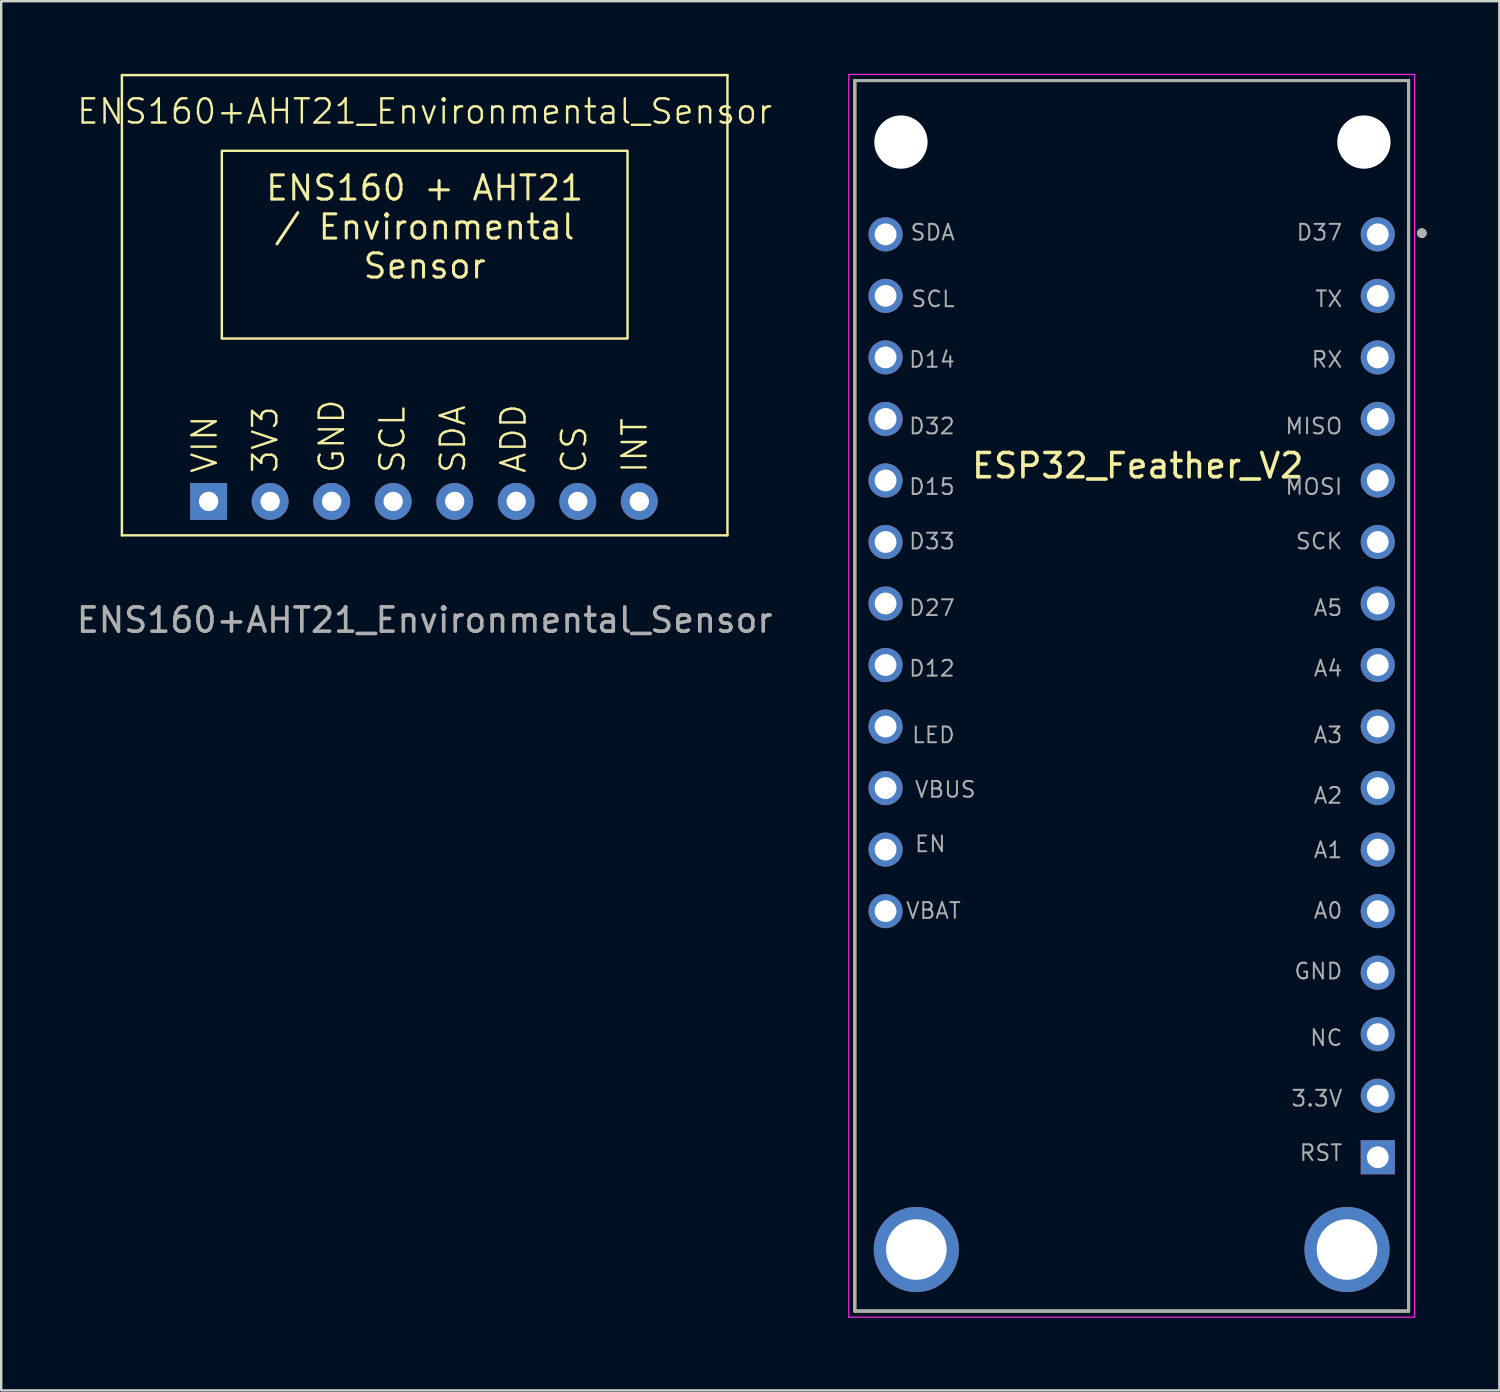
<source format=kicad_pcb>
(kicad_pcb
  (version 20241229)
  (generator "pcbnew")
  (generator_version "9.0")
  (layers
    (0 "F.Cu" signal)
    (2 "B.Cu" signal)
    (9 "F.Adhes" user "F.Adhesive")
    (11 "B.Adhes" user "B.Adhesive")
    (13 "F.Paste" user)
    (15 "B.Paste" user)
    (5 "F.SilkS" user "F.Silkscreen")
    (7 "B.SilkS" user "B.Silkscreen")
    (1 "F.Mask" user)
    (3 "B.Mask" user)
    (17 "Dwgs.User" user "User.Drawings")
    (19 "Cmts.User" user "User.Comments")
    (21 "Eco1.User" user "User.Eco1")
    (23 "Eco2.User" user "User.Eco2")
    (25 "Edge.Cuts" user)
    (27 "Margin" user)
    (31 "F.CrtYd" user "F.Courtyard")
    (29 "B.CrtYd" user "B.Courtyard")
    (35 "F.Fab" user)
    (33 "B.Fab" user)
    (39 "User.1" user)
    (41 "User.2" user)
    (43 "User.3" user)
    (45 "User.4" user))
  (footprint "ESP32_Feather_V2"
    (layer "F.Cu")
    (at 43.919 25.425)
    (property "Reference" "ESP32_Feather_V2" (at 0 -9.25 180) (layer "F.SilkS") (effects (font (size 1 1) (thickness 0.15))))
    (attr through_hole)
    (fp_line (start -11.68 -25.15) (end 11.18 -25.15) (stroke (width 0.127) (type solid)) (layer "F.SilkS"))
    (fp_line (start -11.68 25.65) (end -11.68 -25.15) (stroke (width 0.127) (type solid)) (layer "F.SilkS"))
    (fp_line (start 11.18 -25.15) (end 11.18 25.65) (stroke (width 0.127) (type solid)) (layer "F.SilkS"))
    (fp_line (start 11.18 25.65) (end -11.68 25.65) (stroke (width 0.127) (type solid)) (layer "F.SilkS"))
    (fp_circle (center 11.73 -18.85) (end 11.73 -18.95) (stroke (width 0.2) (type solid)) (fill no) (layer "F.SilkS"))
    (fp_line (start -11.93 -25.4) (end 11.43 -25.4) (stroke (width 0.05) (type solid)) (layer "F.CrtYd"))
    (fp_line (start -11.93 25.9) (end -11.93 -25.4) (stroke (width 0.05) (type solid)) (layer "F.CrtYd"))
    (fp_line (start 11.43 -25.4) (end 11.43 25.9) (stroke (width 0.05) (type solid)) (layer "F.CrtYd"))
    (fp_line (start 11.43 25.9) (end -11.93 25.9) (stroke (width 0.05) (type solid)) (layer "F.CrtYd"))
    (fp_line (start -11.68 -25.15) (end 11.18 -25.15) (stroke (width 0.127) (type solid)) (layer "F.Fab"))
    (fp_line (start -11.68 25.65) (end -11.68 -25.15) (stroke (width 0.127) (type solid)) (layer "F.Fab"))
    (fp_line (start 11.18 -25.15) (end 11.18 25.65) (stroke (width 0.127) (type solid)) (layer "F.Fab"))
    (fp_line (start 11.18 25.65) (end -11.68 25.65) (stroke (width 0.127) (type solid)) (layer "F.Fab"))
    (fp_circle (center 11.73 -18.85) (end 11.73 -18.95) (stroke (width 0.2) (type solid)) (fill no) (layer "F.Fab"))
    (fp_text user "D33" (at -7.5 -5.75 0) (unlocked yes) (layer "F.Fab") (effects (font (size 0.65 0.65) (thickness 0.081)) (justify right bottom)))
    (fp_text user "GND" (at 8.5 12 0) (unlocked yes) (layer "F.Fab") (effects (font (size 0.65 0.65) (thickness 0.081)) (justify right bottom)))
    (fp_text user "A0" (at 8.5 9.5 0) (unlocked yes) (layer "F.Fab") (effects (font (size 0.65 0.65) (thickness 0.081)) (justify right bottom)))
    (fp_text user "D12" (at -7.5 -0.5 0) (unlocked yes) (layer "F.Fab") (effects (font (size 0.65 0.65) (thickness 0.081)) (justify right bottom)))
    (fp_text user "A2" (at 8.5 4.75 0) (unlocked yes) (layer "F.Fab") (effects (font (size 0.65 0.65) (thickness 0.081)) (justify right bottom)))
    (fp_text user "A4" (at 8.5 -0.5 0) (unlocked yes) (layer "F.Fab") (effects (font (size 0.65 0.65) (thickness 0.081)) (justify right bottom)))
    (fp_text user "A1" (at 8.5 7 0) (unlocked yes) (layer "F.Fab") (effects (font (size 0.65 0.65) (thickness 0.081)) (justify right bottom)))
    (fp_text user "SDA" (at -7.5 -18.5 0) (unlocked yes) (layer "F.Fab") (effects (font (size 0.65 0.65) (thickness 0.081)) (justify right bottom)))
    (fp_text user "D14" (at -7.5 -13.25 0) (unlocked yes) (layer "F.Fab") (effects (font (size 0.65 0.65) (thickness 0.081)) (justify right bottom)))
    (fp_text user "D32" (at -7.5 -10.5 0) (unlocked yes) (layer "F.Fab") (effects (font (size 0.65 0.65) (thickness 0.081)) (justify right bottom)))
    (fp_text user "D15" (at -7.5 -8 0) (unlocked yes) (layer "F.Fab") (effects (font (size 0.65 0.65) (thickness 0.081)) (justify right bottom)))
    (fp_text user "RX" (at 8.5 -13.25 0) (unlocked yes) (layer "F.Fab") (effects (font (size 0.65 0.65) (thickness 0.081)) (justify right bottom)))
    (fp_text user "VBAT" (at -7.25 9.5 0) (unlocked yes) (layer "F.Fab") (effects (font (size 0.65 0.65) (thickness 0.081)) (justify right bottom)))
    (fp_text user "D27" (at -7.5 -3 0) (unlocked yes) (layer "F.Fab") (effects (font (size 0.65 0.65) (thickness 0.081)) (justify right bottom)))
    (fp_text user "EN" (at -9.25 6.75 0) (unlocked yes) (layer "F.Fab") (effects (font (size 0.65 0.65) (thickness 0.081)) (justify left bottom)))
    (fp_text user "MISO" (at 8.5 -10.5 0) (unlocked yes) (layer "F.Fab") (effects (font (size 0.65 0.65) (thickness 0.081)) (justify right bottom)))
    (fp_text user "NC" (at 8.5 14.75 0) (unlocked yes) (layer "F.Fab") (effects (font (size 0.65 0.65) (thickness 0.081)) (justify right bottom)))
    (fp_text user "LED" (at -7.5 2.25 0) (unlocked yes) (layer "F.Fab") (effects (font (size 0.65 0.65) (thickness 0.081)) (justify right bottom)))
    (fp_text user "SCL" (at -7.5 -15.75 0) (unlocked yes) (layer "F.Fab") (effects (font (size 0.65 0.65) (thickness 0.081)) (justify right bottom)))
    (fp_text user "TX" (at 8.5 -15.75 0) (unlocked yes) (layer "F.Fab") (effects (font (size 0.65 0.65) (thickness 0.081)) (justify right bottom)))
    (fp_text user "MOSI" (at 8.5 -8 0) (unlocked yes) (layer "F.Fab") (effects (font (size 0.65 0.65) (thickness 0.081)) (justify right bottom)))
    (fp_text user "VBUS" (at -9.25 4.5 0) (unlocked yes) (layer "F.Fab") (effects (font (size 0.65 0.65) (thickness 0.081)) (justify left bottom)))
    (fp_text user "D37" (at 8.5 -18.5 0) (unlocked yes) (layer "F.Fab") (effects (font (size 0.65 0.65) (thickness 0.081)) (justify right bottom)))
    (fp_text user "A5" (at 8.5 -3 0) (unlocked yes) (layer "F.Fab") (effects (font (size 0.65 0.65) (thickness 0.081)) (justify right bottom)))
    (fp_text user "RST" (at 8.5 19.5 0) (unlocked yes) (layer "F.Fab") (effects (font (size 0.65 0.65) (thickness 0.081)) (justify right bottom)))
    (fp_text user "A3" (at 8.5 2.25 0) (unlocked yes) (layer "F.Fab") (effects (font (size 0.65 0.65) (thickness 0.081)) (justify right bottom)))
    (fp_text user "3.3V" (at 8.5 17.25 0) (unlocked yes) (layer "F.Fab") (effects (font (size 0.65 0.65) (thickness 0.081)) (justify right bottom)))
    (fp_text user "SCK" (at 8.5 -5.75 0) (unlocked yes) (layer "F.Fab") (effects (font (size 0.65 0.65) (thickness 0.081)) (justify right bottom)))
    (pad "" np_thru_hole circle (at -9.775 -22.61 90) (size 2.2 2.2) (drill 2.2) (layers "*.Cu" "*.Mask"))
    (pad "" np_thru_hole circle (at 9.338 -22.61 90) (size 2.2 2.2) (drill 2.2) (layers "*.Cu" "*.Mask"))
    (pad "1" thru_hole rect (at 9.91 19.3 90) (size 1.408 1.408) (drill 0.9) (layers "*.Cu" "*.Mask"))
    (pad "2" thru_hole circle (at 9.91 16.76 90) (size 1.408 1.408) (drill 0.9) (layers "*.Cu" "*.Mask"))
    (pad "3" thru_hole circle (at 9.91 14.22 90) (size 1.408 1.408) (drill 0.9) (layers "*.Cu" "*.Mask"))
    (pad "4" thru_hole circle (at 9.91 11.68 90) (size 1.408 1.408) (drill 0.9) (layers "*.Cu" "*.Mask"))
    (pad "5" thru_hole circle (at 9.91 9.14 90) (size 1.408 1.408) (drill 0.9) (layers "*.Cu" "*.Mask"))
    (pad "6" thru_hole circle (at 9.91 6.6 90) (size 1.408 1.408) (drill 0.9) (layers "*.Cu" "*.Mask"))
    (pad "7" thru_hole circle (at 9.91 4.06 90) (size 1.408 1.408) (drill 0.9) (layers "*.Cu" "*.Mask"))
    (pad "8" thru_hole circle (at 9.91 1.52 90) (size 1.408 1.408) (drill 0.9) (layers "*.Cu" "*.Mask"))
    (pad "9" thru_hole circle (at 9.91 -1.02 90) (size 1.408 1.408) (drill 0.9) (layers "*.Cu" "*.Mask"))
    (pad "10" thru_hole circle (at 9.91 -3.56 90) (size 1.408 1.408) (drill 0.9) (layers "*.Cu" "*.Mask"))
    (pad "11" thru_hole circle (at 9.91 -6.1 90) (size 1.408 1.408) (drill 0.9) (layers "*.Cu" "*.Mask"))
    (pad "12" thru_hole circle (at 9.91 -8.64 90) (size 1.408 1.408) (drill 0.9) (layers "*.Cu" "*.Mask"))
    (pad "13" thru_hole circle (at 9.91 -11.18 90) (size 1.408 1.408) (drill 0.9) (layers "*.Cu" "*.Mask"))
    (pad "14" thru_hole circle (at 9.91 -13.72 90) (size 1.408 1.408) (drill 0.9) (layers "*.Cu" "*.Mask"))
    (pad "15" thru_hole circle (at 9.91 -16.26 90) (size 1.408 1.408) (drill 0.9) (layers "*.Cu" "*.Mask"))
    (pad "16" thru_hole circle (at 9.91 -18.8 90) (size 1.408 1.408) (drill 0.9) (layers "*.Cu" "*.Mask"))
    (pad "17" thru_hole circle (at -10.41 -18.8 90) (size 1.408 1.408) (drill 0.9) (layers "*.Cu" "*.Mask"))
    (pad "18" thru_hole circle (at -10.41 -16.26 90) (size 1.408 1.408) (drill 0.9) (layers "*.Cu" "*.Mask"))
    (pad "19" thru_hole circle (at -10.41 -13.72 90) (size 1.408 1.408) (drill 0.9) (layers "*.Cu" "*.Mask"))
    (pad "20" thru_hole circle (at -10.41 -11.18 90) (size 1.408 1.408) (drill 0.9) (layers "*.Cu" "*.Mask"))
    (pad "21" thru_hole circle (at -10.41 -8.64 90) (size 1.408 1.408) (drill 0.9) (layers "*.Cu" "*.Mask"))
    (pad "22" thru_hole circle (at -10.41 -6.1 90) (size 1.408 1.408) (drill 0.9) (layers "*.Cu" "*.Mask"))
    (pad "23" thru_hole circle (at -10.41 -3.56 90) (size 1.408 1.408) (drill 0.9) (layers "*.Cu" "*.Mask"))
    (pad "24" thru_hole circle (at -10.41 -1.02 90) (size 1.408 1.408) (drill 0.9) (layers "*.Cu" "*.Mask"))
    (pad "25" thru_hole circle (at -10.41 1.52 90) (size 1.408 1.408) (drill 0.9) (layers "*.Cu" "*.Mask"))
    (pad "26" thru_hole circle (at -10.41 4.06 90) (size 1.408 1.408) (drill 0.9) (layers "*.Cu" "*.Mask"))
    (pad "27" thru_hole circle (at -10.41 6.6 90) (size 1.408 1.408) (drill 0.9) (layers "*.Cu" "*.Mask"))
    (pad "28" thru_hole circle (at -10.41 9.14 90) (size 1.408 1.408) (drill 0.9) (layers "*.Cu" "*.Mask"))
    (pad "P1" thru_hole circle (at 8.64 23.11 90) (size 3.516 3.516) (drill 2.5) (layers "*.Cu" "*.Mask"))
    (pad "P2" thru_hole circle (at -9.14 23.11 90) (size 3.516 3.516) (drill 2.5) (layers "*.Cu" "*.Mask")))
  (footprint "ENS160+AHT21_Environmental_Sensor"
    (layer "F.Cu")
    (at 14.482 9.55)
    (property "Reference" "ENS160+AHT21_Environmental_Sensor" (at 0 -8 0) (unlocked yes) (layer "F.SilkS") (effects (font (size 1 1) (thickness 0.1))))
    (fp_line (start -12.5 -9.5) (end 12.5 -9.5) (stroke (width 0.1) (type default)) (layer "F.SilkS"))
    (fp_line (start -12.5 9.5) (end -12.5 -9.5) (stroke (width 0.1) (type default)) (layer "F.SilkS"))
    (fp_line (start 12.5 -9.5) (end 12.5 9.5) (stroke (width 0.1) (type default)) (layer "F.SilkS"))
    (fp_line (start 12.5 9.5) (end -12.5 9.5) (stroke (width 0.1) (type default)) (layer "F.SilkS"))
    (fp_text user "ADD" (at 4.25 7 90) (unlocked yes) (layer "F.SilkS") (effects (font (size 1 1) (thickness 0.1)) (justify left bottom)))
    (fp_text user "VIN" (at -8.5 7 90) (unlocked yes) (layer "F.SilkS") (effects (font (size 1 1) (thickness 0.1)) (justify left bottom)))
    (fp_text user "GND" (at -3.25 7 90) (unlocked yes) (layer "F.SilkS") (effects (font (size 1 1) (thickness 0.1)) (justify left bottom)))
    (fp_text user "SCL" (at -0.75 7 90) (unlocked yes) (layer "F.SilkS") (effects (font (size 1 1) (thickness 0.1)) (justify left bottom)))
    (fp_text user "3V3" (at -6 7 90) (unlocked yes) (layer "F.SilkS") (effects (font (size 1 1) (thickness 0.1)) (justify left bottom)))
    (fp_text user "SDA" (at 1.75 7 90) (unlocked yes) (layer "F.SilkS") (effects (font (size 1 1) (thickness 0.1)) (justify left bottom)))
    (fp_text user "CS" (at 6.75 7 90) (unlocked yes) (layer "F.SilkS") (effects (font (size 1 1) (thickness 0.1)) (justify left bottom)))
    (fp_text user "INT" (at 9.25 7 90) (unlocked yes) (layer "F.SilkS") (effects (font (size 1 1) (thickness 0.1)) (justify left bottom)))
    (fp_text user "${REFERENCE}" (at 0 13 0) (unlocked yes) (layer "F.Fab") (effects (font (size 1 1) (thickness 0.15))))
    (fp_text_box "ENS160 + AHT21 / Environmental Sensor" (start -8.375 -6.375) (end 8.375 1.375) (margins 1.002 1.002 1.002 1.002) (layer "F.SilkS") (effects (font (size 1 1) (thickness 0.125)) (justify top)) (border yes) (stroke (width 0.1) (type solid)))
    (pad "1" thru_hole rect (at -8.92 8.1) (size 1.524 1.524) (drill 0.8) (layers "*.Cu" "*.Mask"))
    (pad "2" thru_hole circle (at -6.38 8.1) (size 1.524 1.524) (drill 0.8) (layers "*.Cu" "*.Mask"))
    (pad "3" thru_hole circle (at -3.84 8.1) (size 1.524 1.524) (drill 0.8) (layers "*.Cu" "*.Mask"))
    (pad "4" thru_hole circle (at -1.3 8.1) (size 1.524 1.524) (drill 0.8) (layers "*.Cu" "*.Mask"))
    (pad "5" thru_hole circle (at 1.24 8.1) (size 1.524 1.524) (drill 0.8) (layers "*.Cu" "*.Mask"))
    (pad "6" thru_hole circle (at 3.78 8.1) (size 1.524 1.524) (drill 0.8) (layers "*.Cu" "*.Mask"))
    (pad "7" thru_hole circle (at 6.32 8.1) (size 1.524 1.524) (drill 0.8) (layers "*.Cu" "*.Mask"))
    (pad "8" thru_hole circle (at 8.86 8.1) (size 1.524 1.524) (drill 0.8) (layers "*.Cu" "*.Mask"))
    (zone (net_name "") (layer "F.SilkS") (hatch edge 0.5) (connect_pads) (min_thickness 0.25) (filled_areas_thickness no) (keepout (tracks allowed) (vias allowed) (pads not_allowed) (copperpour allowed) (footprints not_allowed)) (placement (enabled no)) (fill) (polygon (pts (xy 1.982 0.05) (xy 26.982 0.05) (xy 26.982 19.05) (xy 1.982 19.05)))))
  (gr_rect
    (start -3 -3)
    (end 58.849 54.35)
    (stroke (width 0.1) (type default))
    (fill no)
    (layer "Edge.Cuts")))
</source>
